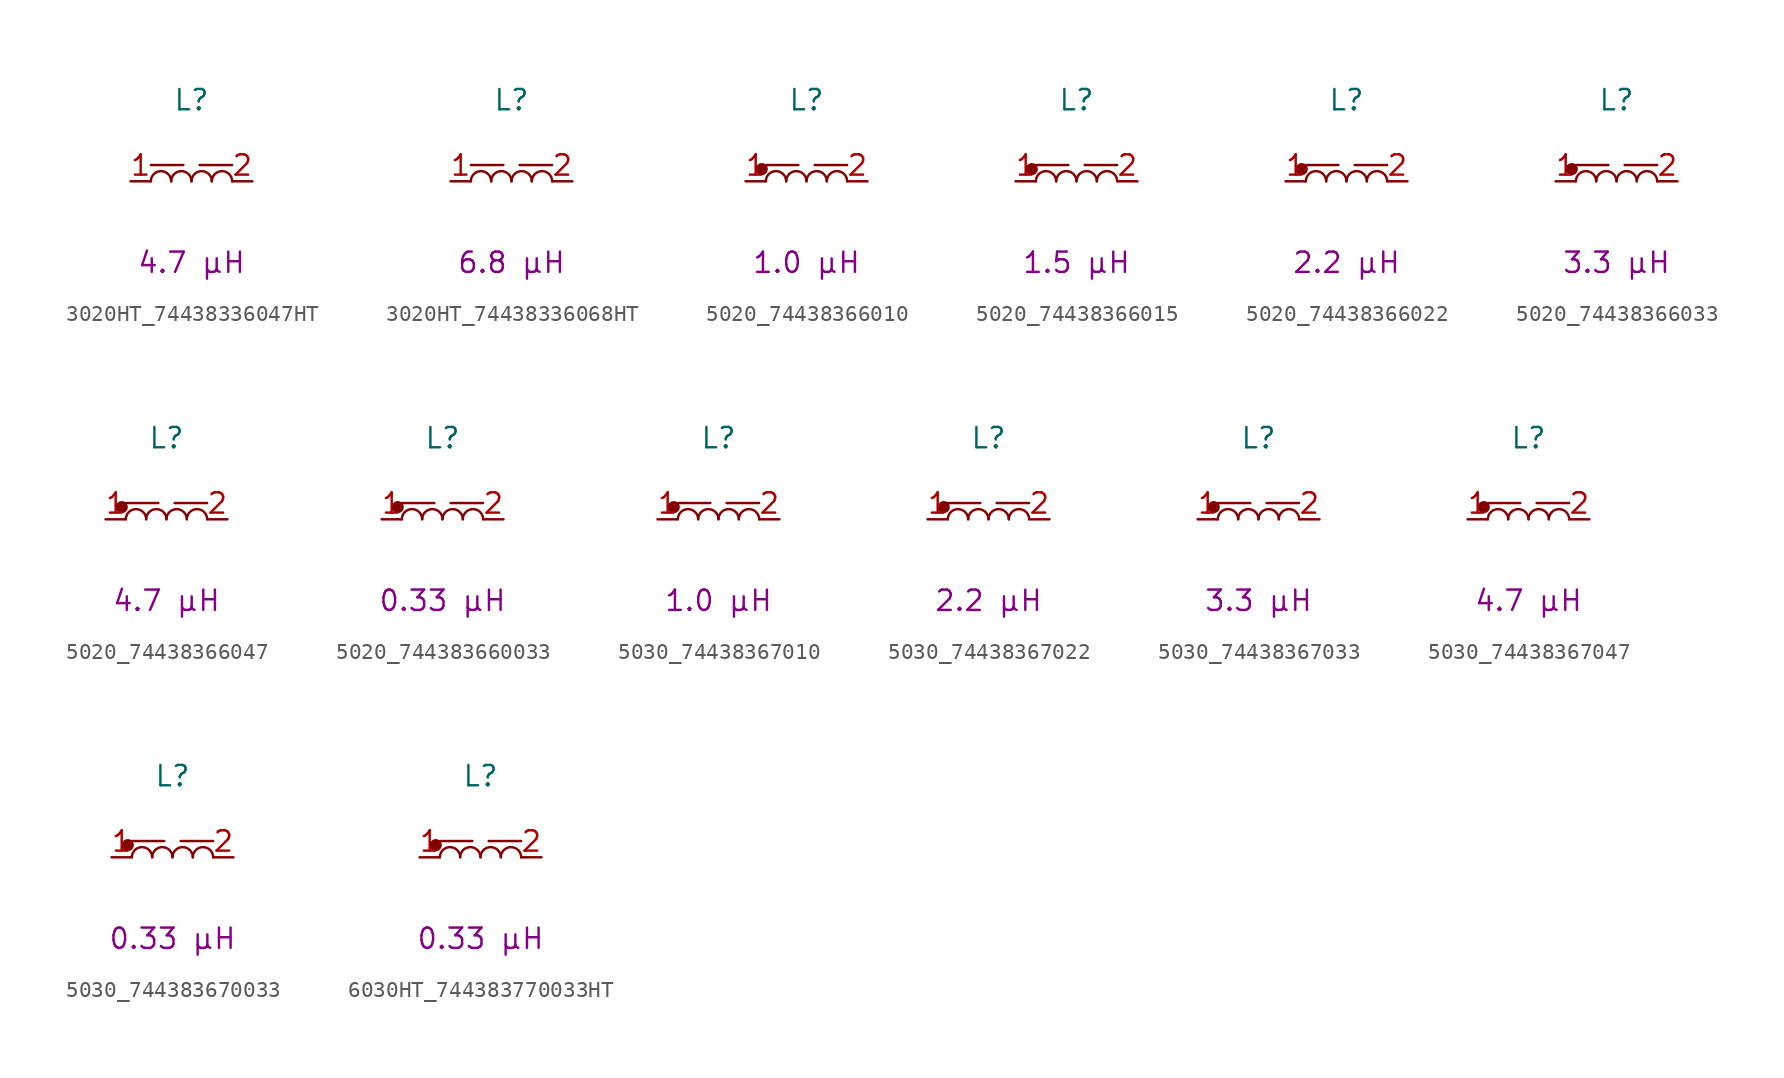
<source format=kicad_sym>
(kicad_symbol_lib
  (version 20241209)
  (generator "kicad_symbol_editor")
  (generator_version "9.0")
  (symbol "3020HT_74438336047HT"
    (pin_names
      (hide yes))
    (property "Reference" "L"
      (at 0 5.08 0)
      (effects (font (size 1.27 1.27))))
    (property "Critical Parameter" "4.7 µH"
      (at 0 -5.08 0)
      (effects (font (size 1.27 1.27))))
    (symbol "3020HT_74438336047HT_0_1"
      (polyline (pts (xy -2.54 1.016) (xy -0.508 1.016)) (stroke (width 0) (type default)) (fill (type none)))
      (arc (start -2.54 0) (mid -1.905 0.6323) (end -1.27 0) (stroke (width 0) (type default)) (fill (type none)))
      (arc (start -1.27 0) (mid -0.635 0.6323) (end 0 0) (stroke (width 0) (type default)) (fill (type none)))
      (arc (start 0 0) (mid 0.635 0.6323) (end 1.27 0) (stroke (width 0) (type default)) (fill (type none)))
      (arc (start 1.27 0) (mid 1.905 0.6323) (end 2.54 0) (stroke (width 0) (type default)) (fill (type none))))
    (symbol "3020HT_74438336047HT_1_1"
      (polyline (pts (xy 2.54 1.016) (xy 0.508 1.016)) (stroke (width 0) (type default)) (fill (type none)))
      (pin passive line (at -3.81 0 0) (length 1.27) (name "1" (effects (font (size 1.27 1.27)))) (number "1" (effects (font (size 1.27 1.27)))))
      (pin passive line (at 3.81 0 180) (length 1.27) (name "2" (effects (font (size 1.27 1.27)))) (number "2" (effects (font (size 1.27 1.27)))))))
  (symbol "3020HT_74438336068HT"
    (pin_names
      (hide yes))
    (property "Reference" "L"
      (at 0 5.08 0)
      (effects (font (size 1.27 1.27))))
    (property "Critical Parameter" "6.8 µH"
      (at 0 -5.08 0)
      (effects (font (size 1.27 1.27))))
    (symbol "3020HT_74438336068HT_0_1"
      (polyline (pts (xy -2.54 1.016) (xy -0.508 1.016)) (stroke (width 0) (type default)) (fill (type none)))
      (arc (start -2.54 0) (mid -1.905 0.6323) (end -1.27 0) (stroke (width 0) (type default)) (fill (type none)))
      (arc (start -1.27 0) (mid -0.635 0.6323) (end 0 0) (stroke (width 0) (type default)) (fill (type none)))
      (arc (start 0 0) (mid 0.635 0.6323) (end 1.27 0) (stroke (width 0) (type default)) (fill (type none)))
      (arc (start 1.27 0) (mid 1.905 0.6323) (end 2.54 0) (stroke (width 0) (type default)) (fill (type none))))
    (symbol "3020HT_74438336068HT_1_1"
      (polyline (pts (xy 2.54 1.016) (xy 0.508 1.016)) (stroke (width 0) (type default)) (fill (type none)))
      (pin passive line (at -3.81 0 0) (length 1.27) (name "1" (effects (font (size 1.27 1.27)))) (number "1" (effects (font (size 1.27 1.27)))))
      (pin passive line (at 3.81 0 180) (length 1.27) (name "2" (effects (font (size 1.27 1.27)))) (number "2" (effects (font (size 1.27 1.27)))))))
  (symbol "5020_74438366010"
    (pin_names
      (hide yes))
    (property "Reference" "L"
      (at 0 5.08 0)
      (effects (font (size 1.27 1.27))))
    (property "Critical Parameter" "1.0 µH"
      (at 0 -5.08 0)
      (effects (font (size 1.27 1.27))))
    (symbol "5020_74438366010_0_1"
      (polyline (pts (xy -2.54 1.016) (xy -0.508 1.016)) (stroke (width 0) (type default)) (fill (type none)))
      (arc (start -2.54 0) (mid -1.905 0.6323) (end -1.27 0) (stroke (width 0) (type default)) (fill (type none)))
      (arc (start -1.27 0) (mid -0.635 0.6323) (end 0 0) (stroke (width 0) (type default)) (fill (type none)))
      (arc (start 0 0) (mid 0.635 0.6323) (end 1.27 0) (stroke (width 0) (type default)) (fill (type none)))
      (arc (start 1.27 0) (mid 1.905 0.6323) (end 2.54 0) (stroke (width 0) (type default)) (fill (type none))))
    (symbol "5020_74438366010_1_1"
      (circle (center -2.794 0.762) (radius 0.0001) (stroke (width 0.381) (type default)) (fill (type none)))
      (polyline (pts (xy 2.54 1.016) (xy 0.508 1.016)) (stroke (width 0) (type default)) (fill (type none)))
      (pin passive line (at -3.81 0 0) (length 1.27) (name "1" (effects (font (size 1.27 1.27)))) (number "1" (effects (font (size 1.27 1.27)))))
      (pin passive line (at 3.81 0 180) (length 1.27) (name "2" (effects (font (size 1.27 1.27)))) (number "2" (effects (font (size 1.27 1.27)))))))
  (symbol "5020_74438366015"
    (pin_names
      (hide yes))
    (property "Reference" "L"
      (at 0 5.08 0)
      (effects (font (size 1.27 1.27))))
    (property "Critical Parameter" "1.5 µH"
      (at 0 -5.08 0)
      (effects (font (size 1.27 1.27))))
    (symbol "5020_74438366015_0_1"
      (polyline (pts (xy -2.54 1.016) (xy -0.508 1.016)) (stroke (width 0) (type default)) (fill (type none)))
      (arc (start -2.54 0) (mid -1.905 0.6323) (end -1.27 0) (stroke (width 0) (type default)) (fill (type none)))
      (arc (start -1.27 0) (mid -0.635 0.6323) (end 0 0) (stroke (width 0) (type default)) (fill (type none)))
      (arc (start 0 0) (mid 0.635 0.6323) (end 1.27 0) (stroke (width 0) (type default)) (fill (type none)))
      (arc (start 1.27 0) (mid 1.905 0.6323) (end 2.54 0) (stroke (width 0) (type default)) (fill (type none))))
    (symbol "5020_74438366015_1_1"
      (circle (center -2.794 0.762) (radius 0.0001) (stroke (width 0.381) (type default)) (fill (type none)))
      (polyline (pts (xy 2.54 1.016) (xy 0.508 1.016)) (stroke (width 0) (type default)) (fill (type none)))
      (pin passive line (at -3.81 0 0) (length 1.27) (name "1" (effects (font (size 1.27 1.27)))) (number "1" (effects (font (size 1.27 1.27)))))
      (pin passive line (at 3.81 0 180) (length 1.27) (name "2" (effects (font (size 1.27 1.27)))) (number "2" (effects (font (size 1.27 1.27)))))))
  (symbol "5020_74438366022"
    (pin_names
      (hide yes))
    (property "Reference" "L"
      (at 0 5.08 0)
      (effects (font (size 1.27 1.27))))
    (property "Critical Parameter" "2.2 µH"
      (at 0 -5.08 0)
      (effects (font (size 1.27 1.27))))
    (symbol "5020_74438366022_0_1"
      (polyline (pts (xy -2.54 1.016) (xy -0.508 1.016)) (stroke (width 0) (type default)) (fill (type none)))
      (arc (start -2.54 0) (mid -1.905 0.6323) (end -1.27 0) (stroke (width 0) (type default)) (fill (type none)))
      (arc (start -1.27 0) (mid -0.635 0.6323) (end 0 0) (stroke (width 0) (type default)) (fill (type none)))
      (arc (start 0 0) (mid 0.635 0.6323) (end 1.27 0) (stroke (width 0) (type default)) (fill (type none)))
      (arc (start 1.27 0) (mid 1.905 0.6323) (end 2.54 0) (stroke (width 0) (type default)) (fill (type none))))
    (symbol "5020_74438366022_1_1"
      (circle (center -2.794 0.762) (radius 0.0001) (stroke (width 0.381) (type default)) (fill (type none)))
      (polyline (pts (xy 2.54 1.016) (xy 0.508 1.016)) (stroke (width 0) (type default)) (fill (type none)))
      (pin passive line (at -3.81 0 0) (length 1.27) (name "1" (effects (font (size 1.27 1.27)))) (number "1" (effects (font (size 1.27 1.27)))))
      (pin passive line (at 3.81 0 180) (length 1.27) (name "2" (effects (font (size 1.27 1.27)))) (number "2" (effects (font (size 1.27 1.27)))))))
  (symbol "5020_74438366033"
    (pin_names
      (hide yes))
    (property "Reference" "L"
      (at 0 5.08 0)
      (effects (font (size 1.27 1.27))))
    (property "Critical Parameter" "3.3 µH"
      (at 0 -5.08 0)
      (effects (font (size 1.27 1.27))))
    (symbol "5020_74438366033_0_1"
      (polyline (pts (xy -2.54 1.016) (xy -0.508 1.016)) (stroke (width 0) (type default)) (fill (type none)))
      (arc (start -2.54 0) (mid -1.905 0.6323) (end -1.27 0) (stroke (width 0) (type default)) (fill (type none)))
      (arc (start -1.27 0) (mid -0.635 0.6323) (end 0 0) (stroke (width 0) (type default)) (fill (type none)))
      (arc (start 0 0) (mid 0.635 0.6323) (end 1.27 0) (stroke (width 0) (type default)) (fill (type none)))
      (arc (start 1.27 0) (mid 1.905 0.6323) (end 2.54 0) (stroke (width 0) (type default)) (fill (type none))))
    (symbol "5020_74438366033_1_1"
      (circle (center -2.794 0.762) (radius 0.0001) (stroke (width 0.381) (type default)) (fill (type none)))
      (polyline (pts (xy 2.54 1.016) (xy 0.508 1.016)) (stroke (width 0) (type default)) (fill (type none)))
      (pin passive line (at -3.81 0 0) (length 1.27) (name "1" (effects (font (size 1.27 1.27)))) (number "1" (effects (font (size 1.27 1.27)))))
      (pin passive line (at 3.81 0 180) (length 1.27) (name "2" (effects (font (size 1.27 1.27)))) (number "2" (effects (font (size 1.27 1.27)))))))
  (symbol "5020_74438366047"
    (pin_names
      (hide yes))
    (property "Reference" "L"
      (at 0 5.08 0)
      (effects (font (size 1.27 1.27))))
    (property "Critical Parameter" "4.7 µH"
      (at 0 -5.08 0)
      (effects (font (size 1.27 1.27))))
    (symbol "5020_74438366047_0_1"
      (polyline (pts (xy -2.54 1.016) (xy -0.508 1.016)) (stroke (width 0) (type default)) (fill (type none)))
      (arc (start -2.54 0) (mid -1.905 0.6323) (end -1.27 0) (stroke (width 0) (type default)) (fill (type none)))
      (arc (start -1.27 0) (mid -0.635 0.6323) (end 0 0) (stroke (width 0) (type default)) (fill (type none)))
      (arc (start 0 0) (mid 0.635 0.6323) (end 1.27 0) (stroke (width 0) (type default)) (fill (type none)))
      (arc (start 1.27 0) (mid 1.905 0.6323) (end 2.54 0) (stroke (width 0) (type default)) (fill (type none))))
    (symbol "5020_74438366047_1_1"
      (circle (center -2.794 0.762) (radius 0.0001) (stroke (width 0.381) (type default)) (fill (type none)))
      (polyline (pts (xy 2.54 1.016) (xy 0.508 1.016)) (stroke (width 0) (type default)) (fill (type none)))
      (pin passive line (at -3.81 0 0) (length 1.27) (name "1" (effects (font (size 1.27 1.27)))) (number "1" (effects (font (size 1.27 1.27)))))
      (pin passive line (at 3.81 0 180) (length 1.27) (name "2" (effects (font (size 1.27 1.27)))) (number "2" (effects (font (size 1.27 1.27)))))))
  (symbol "5020_744383660033"
    (pin_names
      (hide yes))
    (property "Reference" "L"
      (at 0 5.08 0)
      (effects (font (size 1.27 1.27))))
    (property "Critical Parameter" "0.33 µH"
      (at 0 -5.08 0)
      (effects (font (size 1.27 1.27))))
    (symbol "5020_744383660033_0_1"
      (polyline (pts (xy -2.54 1.016) (xy -0.508 1.016)) (stroke (width 0) (type default)) (fill (type none)))
      (arc (start -2.54 0) (mid -1.905 0.6323) (end -1.27 0) (stroke (width 0) (type default)) (fill (type none)))
      (arc (start -1.27 0) (mid -0.635 0.6323) (end 0 0) (stroke (width 0) (type default)) (fill (type none)))
      (arc (start 0 0) (mid 0.635 0.6323) (end 1.27 0) (stroke (width 0) (type default)) (fill (type none)))
      (arc (start 1.27 0) (mid 1.905 0.6323) (end 2.54 0) (stroke (width 0) (type default)) (fill (type none))))
    (symbol "5020_744383660033_1_1"
      (circle (center -2.794 0.762) (radius 0.0001) (stroke (width 0.381) (type default)) (fill (type none)))
      (polyline (pts (xy 2.54 1.016) (xy 0.508 1.016)) (stroke (width 0) (type default)) (fill (type none)))
      (pin passive line (at -3.81 0 0) (length 1.27) (name "1" (effects (font (size 1.27 1.27)))) (number "1" (effects (font (size 1.27 1.27)))))
      (pin passive line (at 3.81 0 180) (length 1.27) (name "2" (effects (font (size 1.27 1.27)))) (number "2" (effects (font (size 1.27 1.27)))))))
  (symbol "5030_74438367010"
    (pin_names
      (hide yes))
    (property "Reference" "L"
      (at 0 5.08 0)
      (effects (font (size 1.27 1.27))))
    (property "Critical Parameter" "1.0 µH"
      (at 0 -5.08 0)
      (effects (font (size 1.27 1.27))))
    (symbol "5030_74438367010_0_1"
      (polyline (pts (xy -2.54 1.016) (xy -0.508 1.016)) (stroke (width 0) (type default)) (fill (type none)))
      (arc (start -2.54 0) (mid -1.905 0.6323) (end -1.27 0) (stroke (width 0) (type default)) (fill (type none)))
      (arc (start -1.27 0) (mid -0.635 0.6323) (end 0 0) (stroke (width 0) (type default)) (fill (type none)))
      (arc (start 0 0) (mid 0.635 0.6323) (end 1.27 0) (stroke (width 0) (type default)) (fill (type none)))
      (arc (start 1.27 0) (mid 1.905 0.6323) (end 2.54 0) (stroke (width 0) (type default)) (fill (type none))))
    (symbol "5030_74438367010_1_1"
      (circle (center -2.794 0.762) (radius 0.0001) (stroke (width 0.381) (type default)) (fill (type none)))
      (polyline (pts (xy 2.54 1.016) (xy 0.508 1.016)) (stroke (width 0) (type default)) (fill (type none)))
      (pin passive line (at -3.81 0 0) (length 1.27) (name "1" (effects (font (size 1.27 1.27)))) (number "1" (effects (font (size 1.27 1.27)))))
      (pin passive line (at 3.81 0 180) (length 1.27) (name "2" (effects (font (size 1.27 1.27)))) (number "2" (effects (font (size 1.27 1.27)))))))
  (symbol "5030_74438367022"
    (pin_names
      (hide yes))
    (property "Reference" "L"
      (at 0 5.08 0)
      (effects (font (size 1.27 1.27))))
    (property "Critical Parameter" "2.2 µH"
      (at 0 -5.08 0)
      (effects (font (size 1.27 1.27))))
    (symbol "5030_74438367022_0_1"
      (polyline (pts (xy -2.54 1.016) (xy -0.508 1.016)) (stroke (width 0) (type default)) (fill (type none)))
      (arc (start -2.54 0) (mid -1.905 0.6323) (end -1.27 0) (stroke (width 0) (type default)) (fill (type none)))
      (arc (start -1.27 0) (mid -0.635 0.6323) (end 0 0) (stroke (width 0) (type default)) (fill (type none)))
      (arc (start 0 0) (mid 0.635 0.6323) (end 1.27 0) (stroke (width 0) (type default)) (fill (type none)))
      (arc (start 1.27 0) (mid 1.905 0.6323) (end 2.54 0) (stroke (width 0) (type default)) (fill (type none))))
    (symbol "5030_74438367022_1_1"
      (circle (center -2.794 0.762) (radius 0.0001) (stroke (width 0.381) (type default)) (fill (type none)))
      (polyline (pts (xy 2.54 1.016) (xy 0.508 1.016)) (stroke (width 0) (type default)) (fill (type none)))
      (pin passive line (at -3.81 0 0) (length 1.27) (name "1" (effects (font (size 1.27 1.27)))) (number "1" (effects (font (size 1.27 1.27)))))
      (pin passive line (at 3.81 0 180) (length 1.27) (name "2" (effects (font (size 1.27 1.27)))) (number "2" (effects (font (size 1.27 1.27)))))))
  (symbol "5030_74438367033"
    (pin_names
      (hide yes))
    (property "Reference" "L"
      (at 0 5.08 0)
      (effects (font (size 1.27 1.27))))
    (property "Critical Parameter" "3.3 µH"
      (at 0 -5.08 0)
      (effects (font (size 1.27 1.27))))
    (symbol "5030_74438367033_0_1"
      (polyline (pts (xy -2.54 1.016) (xy -0.508 1.016)) (stroke (width 0) (type default)) (fill (type none)))
      (arc (start -2.54 0) (mid -1.905 0.6323) (end -1.27 0) (stroke (width 0) (type default)) (fill (type none)))
      (arc (start -1.27 0) (mid -0.635 0.6323) (end 0 0) (stroke (width 0) (type default)) (fill (type none)))
      (arc (start 0 0) (mid 0.635 0.6323) (end 1.27 0) (stroke (width 0) (type default)) (fill (type none)))
      (arc (start 1.27 0) (mid 1.905 0.6323) (end 2.54 0) (stroke (width 0) (type default)) (fill (type none))))
    (symbol "5030_74438367033_1_1"
      (circle (center -2.794 0.762) (radius 0.0001) (stroke (width 0.381) (type default)) (fill (type none)))
      (polyline (pts (xy 2.54 1.016) (xy 0.508 1.016)) (stroke (width 0) (type default)) (fill (type none)))
      (pin passive line (at -3.81 0 0) (length 1.27) (name "1" (effects (font (size 1.27 1.27)))) (number "1" (effects (font (size 1.27 1.27)))))
      (pin passive line (at 3.81 0 180) (length 1.27) (name "2" (effects (font (size 1.27 1.27)))) (number "2" (effects (font (size 1.27 1.27)))))))
  (symbol "5030_74438367047"
    (pin_names
      (hide yes))
    (property "Reference" "L"
      (at 0 5.08 0)
      (effects (font (size 1.27 1.27))))
    (property "Critical Parameter" "4.7 µH"
      (at 0 -5.08 0)
      (effects (font (size 1.27 1.27))))
    (symbol "5030_74438367047_0_1"
      (polyline (pts (xy -2.54 1.016) (xy -0.508 1.016)) (stroke (width 0) (type default)) (fill (type none)))
      (arc (start -2.54 0) (mid -1.905 0.6323) (end -1.27 0) (stroke (width 0) (type default)) (fill (type none)))
      (arc (start -1.27 0) (mid -0.635 0.6323) (end 0 0) (stroke (width 0) (type default)) (fill (type none)))
      (arc (start 0 0) (mid 0.635 0.6323) (end 1.27 0) (stroke (width 0) (type default)) (fill (type none)))
      (arc (start 1.27 0) (mid 1.905 0.6323) (end 2.54 0) (stroke (width 0) (type default)) (fill (type none))))
    (symbol "5030_74438367047_1_1"
      (circle (center -2.794 0.762) (radius 0.0001) (stroke (width 0.381) (type default)) (fill (type none)))
      (polyline (pts (xy 2.54 1.016) (xy 0.508 1.016)) (stroke (width 0) (type default)) (fill (type none)))
      (pin passive line (at -3.81 0 0) (length 1.27) (name "1" (effects (font (size 1.27 1.27)))) (number "1" (effects (font (size 1.27 1.27)))))
      (pin passive line (at 3.81 0 180) (length 1.27) (name "2" (effects (font (size 1.27 1.27)))) (number "2" (effects (font (size 1.27 1.27)))))))
  (symbol "5030_744383670033"
    (pin_names
      (hide yes))
    (property "Reference" "L"
      (at 0 5.08 0)
      (effects (font (size 1.27 1.27))))
    (property "Critical Parameter" "0.33 µH"
      (at 0 -5.08 0)
      (effects (font (size 1.27 1.27))))
    (symbol "5030_744383670033_0_1"
      (polyline (pts (xy -2.54 1.016) (xy -0.508 1.016)) (stroke (width 0) (type default)) (fill (type none)))
      (arc (start -2.54 0) (mid -1.905 0.6323) (end -1.27 0) (stroke (width 0) (type default)) (fill (type none)))
      (arc (start -1.27 0) (mid -0.635 0.6323) (end 0 0) (stroke (width 0) (type default)) (fill (type none)))
      (arc (start 0 0) (mid 0.635 0.6323) (end 1.27 0) (stroke (width 0) (type default)) (fill (type none)))
      (arc (start 1.27 0) (mid 1.905 0.6323) (end 2.54 0) (stroke (width 0) (type default)) (fill (type none))))
    (symbol "5030_744383670033_1_1"
      (circle (center -2.794 0.762) (radius 0.0001) (stroke (width 0.381) (type default)) (fill (type none)))
      (polyline (pts (xy 2.54 1.016) (xy 0.508 1.016)) (stroke (width 0) (type default)) (fill (type none)))
      (pin passive line (at -3.81 0 0) (length 1.27) (name "1" (effects (font (size 1.27 1.27)))) (number "1" (effects (font (size 1.27 1.27)))))
      (pin passive line (at 3.81 0 180) (length 1.27) (name "2" (effects (font (size 1.27 1.27)))) (number "2" (effects (font (size 1.27 1.27)))))))
  (symbol "6030HT_744383770033HT"
    (pin_names
      (hide yes))
    (property "Reference" "L"
      (at 0 5.08 0)
      (effects (font (size 1.27 1.27))))
    (property "Critical Parameter" "0.33 µH"
      (at 0 -5.08 0)
      (effects (font (size 1.27 1.27))))
    (symbol "6030HT_744383770033HT_0_1"
      (polyline (pts (xy -2.54 1.016) (xy -0.508 1.016)) (stroke (width 0) (type default)) (fill (type none)))
      (arc (start -2.54 0) (mid -1.905 0.6323) (end -1.27 0) (stroke (width 0) (type default)) (fill (type none)))
      (arc (start -1.27 0) (mid -0.635 0.6323) (end 0 0) (stroke (width 0) (type default)) (fill (type none)))
      (arc (start 0 0) (mid 0.635 0.6323) (end 1.27 0) (stroke (width 0) (type default)) (fill (type none)))
      (arc (start 1.27 0) (mid 1.905 0.6323) (end 2.54 0) (stroke (width 0) (type default)) (fill (type none))))
    (symbol "6030HT_744383770033HT_1_1"
      (circle (center -2.794 0.762) (radius 0.0001) (stroke (width 0.381) (type default)) (fill (type none)))
      (polyline (pts (xy 2.54 1.016) (xy 0.508 1.016)) (stroke (width 0) (type default)) (fill (type none)))
      (pin passive line (at -3.81 0 0) (length 1.27) (name "1" (effects (font (size 1.27 1.27)))) (number "1" (effects (font (size 1.27 1.27)))))
      (pin passive line (at 3.81 0 180) (length 1.27) (name "2" (effects (font (size 1.27 1.27)))) (number "2" (effects (font (size 1.27 1.27))))))))
</source>
